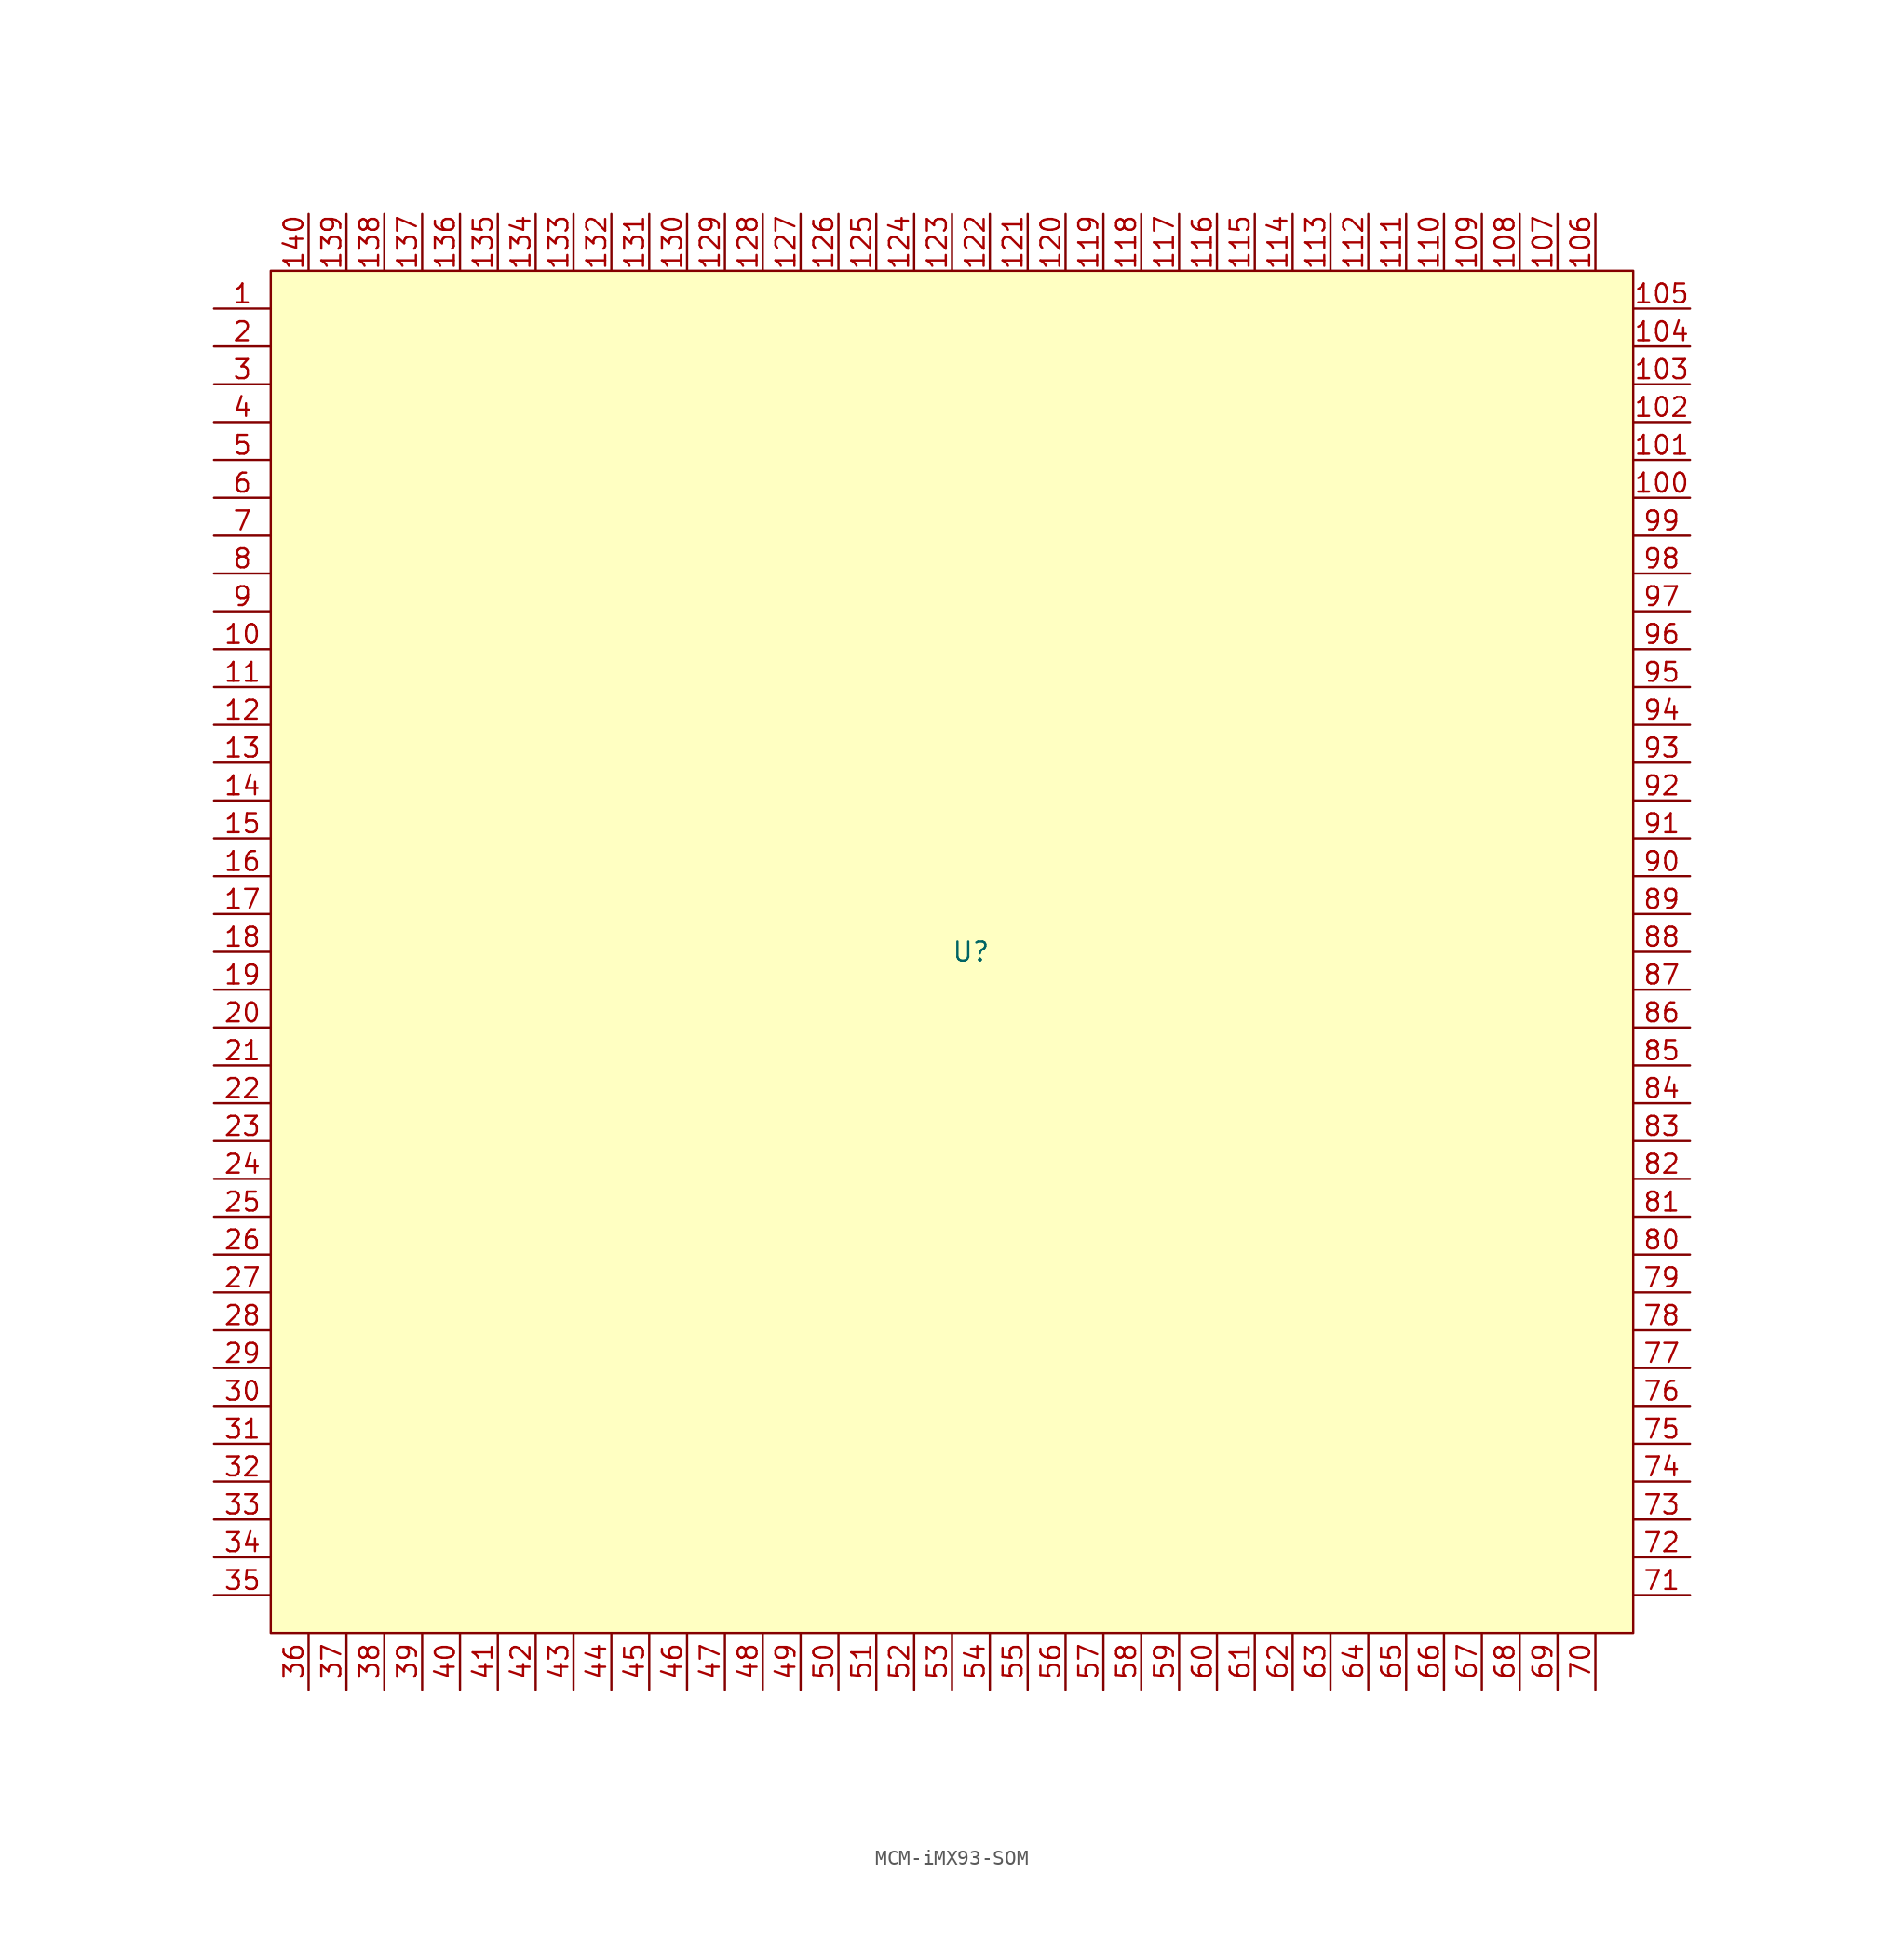
<source format=kicad_sym>
(kicad_symbol_lib
  (version 20241209)
  (generator "kicad_symbol_editor")
  (generator_version "9.0")
  (symbol "MCM-iMX93-SOM"
    (property "Reference" "U"
      (at 1.27 0 0)
      (effects (font (size 1.27 1.27))))
    (property "Value" ""
      (at 0 0 0)
      (effects (font (size 1.27 1.27))))
    (symbol "MCM-iMX93-SOM_1_1"
      (rectangle (start -45.72 45.72) (end 45.72 -45.72) (stroke (width 0) (type solid)) (fill (type background)))
      (pin bidirectional line (at -49.53 43.18 0) (length 3.81) (name "" (effects (font (size 1.27 1.27)))) (number "1" (effects (font (size 1.27 1.27)))))
      (pin bidirectional line (at -49.53 40.64 0) (length 3.81) (name "" (effects (font (size 1.27 1.27)))) (number "2" (effects (font (size 1.27 1.27)))))
      (pin bidirectional line (at -49.53 38.1 0) (length 3.81) (name "" (effects (font (size 1.27 1.27)))) (number "3" (effects (font (size 1.27 1.27)))))
      (pin bidirectional line (at -49.53 35.56 0) (length 3.81) (name "" (effects (font (size 1.27 1.27)))) (number "4" (effects (font (size 1.27 1.27)))))
      (pin bidirectional line (at -49.53 33.02 0) (length 3.81) (name "" (effects (font (size 1.27 1.27)))) (number "5" (effects (font (size 1.27 1.27)))))
      (pin bidirectional line (at -49.53 30.48 0) (length 3.81) (name "" (effects (font (size 1.27 1.27)))) (number "6" (effects (font (size 1.27 1.27)))))
      (pin bidirectional line (at -49.53 27.94 0) (length 3.81) (name "" (effects (font (size 1.27 1.27)))) (number "7" (effects (font (size 1.27 1.27)))))
      (pin bidirectional line (at -49.53 25.4 0) (length 3.81) (name "" (effects (font (size 1.27 1.27)))) (number "8" (effects (font (size 1.27 1.27)))))
      (pin bidirectional line (at -49.53 22.86 0) (length 3.81) (name "" (effects (font (size 1.27 1.27)))) (number "9" (effects (font (size 1.27 1.27)))))
      (pin bidirectional line (at -49.53 20.32 0) (length 3.81) (name "" (effects (font (size 1.27 1.27)))) (number "10" (effects (font (size 1.27 1.27)))))
      (pin bidirectional line (at -49.53 17.78 0) (length 3.81) (name "" (effects (font (size 1.27 1.27)))) (number "11" (effects (font (size 1.27 1.27)))))
      (pin bidirectional line (at -49.53 15.24 0) (length 3.81) (name "" (effects (font (size 1.27 1.27)))) (number "12" (effects (font (size 1.27 1.27)))))
      (pin bidirectional line (at -49.53 12.7 0) (length 3.81) (name "" (effects (font (size 1.27 1.27)))) (number "13" (effects (font (size 1.27 1.27)))))
      (pin bidirectional line (at -49.53 10.16 0) (length 3.81) (name "" (effects (font (size 1.27 1.27)))) (number "14" (effects (font (size 1.27 1.27)))))
      (pin bidirectional line (at -49.53 7.62 0) (length 3.81) (name "" (effects (font (size 1.27 1.27)))) (number "15" (effects (font (size 1.27 1.27)))))
      (pin bidirectional line (at -49.53 5.08 0) (length 3.81) (name "" (effects (font (size 1.27 1.27)))) (number "16" (effects (font (size 1.27 1.27)))))
      (pin bidirectional line (at -49.53 2.54 0) (length 3.81) (name "" (effects (font (size 1.27 1.27)))) (number "17" (effects (font (size 1.27 1.27)))))
      (pin bidirectional line (at -49.53 0 0) (length 3.81) (name "" (effects (font (size 1.27 1.27)))) (number "18" (effects (font (size 1.27 1.27)))))
      (pin bidirectional line (at -49.53 -2.54 0) (length 3.81) (name "" (effects (font (size 1.27 1.27)))) (number "19" (effects (font (size 1.27 1.27)))))
      (pin bidirectional line (at -49.53 -5.08 0) (length 3.81) (name "" (effects (font (size 1.27 1.27)))) (number "20" (effects (font (size 1.27 1.27)))))
      (pin bidirectional line (at -49.53 -7.62 0) (length 3.81) (name "" (effects (font (size 1.27 1.27)))) (number "21" (effects (font (size 1.27 1.27)))))
      (pin bidirectional line (at -49.53 -10.16 0) (length 3.81) (name "" (effects (font (size 1.27 1.27)))) (number "22" (effects (font (size 1.27 1.27)))))
      (pin bidirectional line (at -49.53 -12.7 0) (length 3.81) (name "" (effects (font (size 1.27 1.27)))) (number "23" (effects (font (size 1.27 1.27)))))
      (pin bidirectional line (at -49.53 -15.24 0) (length 3.81) (name "" (effects (font (size 1.27 1.27)))) (number "24" (effects (font (size 1.27 1.27)))))
      (pin bidirectional line (at -49.53 -17.78 0) (length 3.81) (name "" (effects (font (size 1.27 1.27)))) (number "25" (effects (font (size 1.27 1.27)))))
      (pin bidirectional line (at -49.53 -20.32 0) (length 3.81) (name "" (effects (font (size 1.27 1.27)))) (number "26" (effects (font (size 1.27 1.27)))))
      (pin bidirectional line (at -49.53 -22.86 0) (length 3.81) (name "" (effects (font (size 1.27 1.27)))) (number "27" (effects (font (size 1.27 1.27)))))
      (pin bidirectional line (at -49.53 -25.4 0) (length 3.81) (name "" (effects (font (size 1.27 1.27)))) (number "28" (effects (font (size 1.27 1.27)))))
      (pin bidirectional line (at -49.53 -27.94 0) (length 3.81) (name "" (effects (font (size 1.27 1.27)))) (number "29" (effects (font (size 1.27 1.27)))))
      (pin bidirectional line (at -49.53 -30.48 0) (length 3.81) (name "" (effects (font (size 1.27 1.27)))) (number "30" (effects (font (size 1.27 1.27)))))
      (pin bidirectional line (at -49.53 -33.02 0) (length 3.81) (name "" (effects (font (size 1.27 1.27)))) (number "31" (effects (font (size 1.27 1.27)))))
      (pin bidirectional line (at -49.53 -35.56 0) (length 3.81) (name "" (effects (font (size 1.27 1.27)))) (number "32" (effects (font (size 1.27 1.27)))))
      (pin bidirectional line (at -49.53 -38.1 0) (length 3.81) (name "" (effects (font (size 1.27 1.27)))) (number "33" (effects (font (size 1.27 1.27)))))
      (pin bidirectional line (at -49.53 -40.64 0) (length 3.81) (name "" (effects (font (size 1.27 1.27)))) (number "34" (effects (font (size 1.27 1.27)))))
      (pin bidirectional line (at -49.53 -43.18 0) (length 3.81) (name "" (effects (font (size 1.27 1.27)))) (number "35" (effects (font (size 1.27 1.27)))))
      (pin bidirectional line (at -43.18 49.53 270) (length 3.81) (name "" (effects (font (size 1.27 1.27)))) (number "140" (effects (font (size 1.27 1.27)))))
      (pin bidirectional line (at -43.18 -49.53 90) (length 3.81) (name "" (effects (font (size 1.27 1.27)))) (number "36" (effects (font (size 1.27 1.27)))))
      (pin bidirectional line (at -40.64 49.53 270) (length 3.81) (name "" (effects (font (size 1.27 1.27)))) (number "139" (effects (font (size 1.27 1.27)))))
      (pin bidirectional line (at -40.64 -49.53 90) (length 3.81) (name "" (effects (font (size 1.27 1.27)))) (number "37" (effects (font (size 1.27 1.27)))))
      (pin bidirectional line (at -38.1 49.53 270) (length 3.81) (name "" (effects (font (size 1.27 1.27)))) (number "138" (effects (font (size 1.27 1.27)))))
      (pin bidirectional line (at -38.1 -49.53 90) (length 3.81) (name "" (effects (font (size 1.27 1.27)))) (number "38" (effects (font (size 1.27 1.27)))))
      (pin bidirectional line (at -35.56 49.53 270) (length 3.81) (name "" (effects (font (size 1.27 1.27)))) (number "137" (effects (font (size 1.27 1.27)))))
      (pin bidirectional line (at -35.56 -49.53 90) (length 3.81) (name "" (effects (font (size 1.27 1.27)))) (number "39" (effects (font (size 1.27 1.27)))))
      (pin bidirectional line (at -33.02 49.53 270) (length 3.81) (name "" (effects (font (size 1.27 1.27)))) (number "136" (effects (font (size 1.27 1.27)))))
      (pin bidirectional line (at -33.02 -49.53 90) (length 3.81) (name "" (effects (font (size 1.27 1.27)))) (number "40" (effects (font (size 1.27 1.27)))))
      (pin bidirectional line (at -30.48 49.53 270) (length 3.81) (name "" (effects (font (size 1.27 1.27)))) (number "135" (effects (font (size 1.27 1.27)))))
      (pin bidirectional line (at -30.48 -49.53 90) (length 3.81) (name "" (effects (font (size 1.27 1.27)))) (number "41" (effects (font (size 1.27 1.27)))))
      (pin bidirectional line (at -27.94 49.53 270) (length 3.81) (name "" (effects (font (size 1.27 1.27)))) (number "134" (effects (font (size 1.27 1.27)))))
      (pin bidirectional line (at -27.94 -49.53 90) (length 3.81) (name "" (effects (font (size 1.27 1.27)))) (number "42" (effects (font (size 1.27 1.27)))))
      (pin bidirectional line (at -25.4 49.53 270) (length 3.81) (name "" (effects (font (size 1.27 1.27)))) (number "133" (effects (font (size 1.27 1.27)))))
      (pin bidirectional line (at -25.4 -49.53 90) (length 3.81) (name "" (effects (font (size 1.27 1.27)))) (number "43" (effects (font (size 1.27 1.27)))))
      (pin bidirectional line (at -22.86 49.53 270) (length 3.81) (name "" (effects (font (size 1.27 1.27)))) (number "132" (effects (font (size 1.27 1.27)))))
      (pin bidirectional line (at -22.86 -49.53 90) (length 3.81) (name "" (effects (font (size 1.27 1.27)))) (number "44" (effects (font (size 1.27 1.27)))))
      (pin bidirectional line (at -20.32 49.53 270) (length 3.81) (name "" (effects (font (size 1.27 1.27)))) (number "131" (effects (font (size 1.27 1.27)))))
      (pin bidirectional line (at -20.32 -49.53 90) (length 3.81) (name "" (effects (font (size 1.27 1.27)))) (number "45" (effects (font (size 1.27 1.27)))))
      (pin bidirectional line (at -17.78 49.53 270) (length 3.81) (name "" (effects (font (size 1.27 1.27)))) (number "130" (effects (font (size 1.27 1.27)))))
      (pin bidirectional line (at -17.78 -49.53 90) (length 3.81) (name "" (effects (font (size 1.27 1.27)))) (number "46" (effects (font (size 1.27 1.27)))))
      (pin bidirectional line (at -15.24 49.53 270) (length 3.81) (name "" (effects (font (size 1.27 1.27)))) (number "129" (effects (font (size 1.27 1.27)))))
      (pin bidirectional line (at -15.24 -49.53 90) (length 3.81) (name "" (effects (font (size 1.27 1.27)))) (number "47" (effects (font (size 1.27 1.27)))))
      (pin bidirectional line (at -12.7 49.53 270) (length 3.81) (name "" (effects (font (size 1.27 1.27)))) (number "128" (effects (font (size 1.27 1.27)))))
      (pin bidirectional line (at -12.7 -49.53 90) (length 3.81) (name "" (effects (font (size 1.27 1.27)))) (number "48" (effects (font (size 1.27 1.27)))))
      (pin bidirectional line (at -10.16 49.53 270) (length 3.81) (name "" (effects (font (size 1.27 1.27)))) (number "127" (effects (font (size 1.27 1.27)))))
      (pin bidirectional line (at -10.16 -49.53 90) (length 3.81) (name "" (effects (font (size 1.27 1.27)))) (number "49" (effects (font (size 1.27 1.27)))))
      (pin bidirectional line (at -7.62 49.53 270) (length 3.81) (name "" (effects (font (size 1.27 1.27)))) (number "126" (effects (font (size 1.27 1.27)))))
      (pin bidirectional line (at -7.62 -49.53 90) (length 3.81) (name "" (effects (font (size 1.27 1.27)))) (number "50" (effects (font (size 1.27 1.27)))))
      (pin bidirectional line (at -5.08 49.53 270) (length 3.81) (name "" (effects (font (size 1.27 1.27)))) (number "125" (effects (font (size 1.27 1.27)))))
      (pin bidirectional line (at -5.08 -49.53 90) (length 3.81) (name "" (effects (font (size 1.27 1.27)))) (number "51" (effects (font (size 1.27 1.27)))))
      (pin bidirectional line (at -2.54 49.53 270) (length 3.81) (name "" (effects (font (size 1.27 1.27)))) (number "124" (effects (font (size 1.27 1.27)))))
      (pin bidirectional line (at -2.54 -49.53 90) (length 3.81) (name "" (effects (font (size 1.27 1.27)))) (number "52" (effects (font (size 1.27 1.27)))))
      (pin bidirectional line (at 0 49.53 270) (length 3.81) (name "" (effects (font (size 1.27 1.27)))) (number "123" (effects (font (size 1.27 1.27)))))
      (pin bidirectional line (at 0 -49.53 90) (length 3.81) (name "" (effects (font (size 1.27 1.27)))) (number "53" (effects (font (size 1.27 1.27)))))
      (pin bidirectional line (at 2.54 49.53 270) (length 3.81) (name "" (effects (font (size 1.27 1.27)))) (number "122" (effects (font (size 1.27 1.27)))))
      (pin bidirectional line (at 2.54 -49.53 90) (length 3.81) (name "" (effects (font (size 1.27 1.27)))) (number "54" (effects (font (size 1.27 1.27)))))
      (pin bidirectional line (at 5.08 49.53 270) (length 3.81) (name "" (effects (font (size 1.27 1.27)))) (number "121" (effects (font (size 1.27 1.27)))))
      (pin bidirectional line (at 5.08 -49.53 90) (length 3.81) (name "" (effects (font (size 1.27 1.27)))) (number "55" (effects (font (size 1.27 1.27)))))
      (pin bidirectional line (at 7.62 49.53 270) (length 3.81) (name "" (effects (font (size 1.27 1.27)))) (number "120" (effects (font (size 1.27 1.27)))))
      (pin bidirectional line (at 7.62 -49.53 90) (length 3.81) (name "" (effects (font (size 1.27 1.27)))) (number "56" (effects (font (size 1.27 1.27)))))
      (pin bidirectional line (at 10.16 49.53 270) (length 3.81) (name "" (effects (font (size 1.27 1.27)))) (number "119" (effects (font (size 1.27 1.27)))))
      (pin bidirectional line (at 10.16 -49.53 90) (length 3.81) (name "" (effects (font (size 1.27 1.27)))) (number "57" (effects (font (size 1.27 1.27)))))
      (pin bidirectional line (at 12.7 49.53 270) (length 3.81) (name "" (effects (font (size 1.27 1.27)))) (number "118" (effects (font (size 1.27 1.27)))))
      (pin bidirectional line (at 12.7 -49.53 90) (length 3.81) (name "" (effects (font (size 1.27 1.27)))) (number "58" (effects (font (size 1.27 1.27)))))
      (pin bidirectional line (at 15.24 49.53 270) (length 3.81) (name "" (effects (font (size 1.27 1.27)))) (number "117" (effects (font (size 1.27 1.27)))))
      (pin bidirectional line (at 15.24 -49.53 90) (length 3.81) (name "" (effects (font (size 1.27 1.27)))) (number "59" (effects (font (size 1.27 1.27)))))
      (pin bidirectional line (at 17.78 49.53 270) (length 3.81) (name "" (effects (font (size 1.27 1.27)))) (number "116" (effects (font (size 1.27 1.27)))))
      (pin bidirectional line (at 17.78 -49.53 90) (length 3.81) (name "" (effects (font (size 1.27 1.27)))) (number "60" (effects (font (size 1.27 1.27)))))
      (pin bidirectional line (at 20.32 49.53 270) (length 3.81) (name "" (effects (font (size 1.27 1.27)))) (number "115" (effects (font (size 1.27 1.27)))))
      (pin bidirectional line (at 20.32 -49.53 90) (length 3.81) (name "" (effects (font (size 1.27 1.27)))) (number "61" (effects (font (size 1.27 1.27)))))
      (pin bidirectional line (at 22.86 49.53 270) (length 3.81) (name "" (effects (font (size 1.27 1.27)))) (number "114" (effects (font (size 1.27 1.27)))))
      (pin bidirectional line (at 22.86 -49.53 90) (length 3.81) (name "" (effects (font (size 1.27 1.27)))) (number "62" (effects (font (size 1.27 1.27)))))
      (pin bidirectional line (at 25.4 49.53 270) (length 3.81) (name "" (effects (font (size 1.27 1.27)))) (number "113" (effects (font (size 1.27 1.27)))))
      (pin bidirectional line (at 25.4 -49.53 90) (length 3.81) (name "" (effects (font (size 1.27 1.27)))) (number "63" (effects (font (size 1.27 1.27)))))
      (pin bidirectional line (at 27.94 49.53 270) (length 3.81) (name "" (effects (font (size 1.27 1.27)))) (number "112" (effects (font (size 1.27 1.27)))))
      (pin bidirectional line (at 27.94 -49.53 90) (length 3.81) (name "" (effects (font (size 1.27 1.27)))) (number "64" (effects (font (size 1.27 1.27)))))
      (pin bidirectional line (at 30.48 49.53 270) (length 3.81) (name "" (effects (font (size 1.27 1.27)))) (number "111" (effects (font (size 1.27 1.27)))))
      (pin bidirectional line (at 30.48 -49.53 90) (length 3.81) (name "" (effects (font (size 1.27 1.27)))) (number "65" (effects (font (size 1.27 1.27)))))
      (pin bidirectional line (at 33.02 49.53 270) (length 3.81) (name "" (effects (font (size 1.27 1.27)))) (number "110" (effects (font (size 1.27 1.27)))))
      (pin bidirectional line (at 33.02 -49.53 90) (length 3.81) (name "" (effects (font (size 1.27 1.27)))) (number "66" (effects (font (size 1.27 1.27)))))
      (pin bidirectional line (at 35.56 49.53 270) (length 3.81) (name "" (effects (font (size 1.27 1.27)))) (number "109" (effects (font (size 1.27 1.27)))))
      (pin bidirectional line (at 35.56 -49.53 90) (length 3.81) (name "" (effects (font (size 1.27 1.27)))) (number "67" (effects (font (size 1.27 1.27)))))
      (pin bidirectional line (at 38.1 49.53 270) (length 3.81) (name "" (effects (font (size 1.27 1.27)))) (number "108" (effects (font (size 1.27 1.27)))))
      (pin bidirectional line (at 38.1 -49.53 90) (length 3.81) (name "" (effects (font (size 1.27 1.27)))) (number "68" (effects (font (size 1.27 1.27)))))
      (pin bidirectional line (at 40.64 49.53 270) (length 3.81) (name "" (effects (font (size 1.27 1.27)))) (number "107" (effects (font (size 1.27 1.27)))))
      (pin bidirectional line (at 40.64 -49.53 90) (length 3.81) (name "" (effects (font (size 1.27 1.27)))) (number "69" (effects (font (size 1.27 1.27)))))
      (pin bidirectional line (at 43.18 49.53 270) (length 3.81) (name "" (effects (font (size 1.27 1.27)))) (number "106" (effects (font (size 1.27 1.27)))))
      (pin bidirectional line (at 43.18 -49.53 90) (length 3.81) (name "" (effects (font (size 1.27 1.27)))) (number "70" (effects (font (size 1.27 1.27)))))
      (pin bidirectional line (at 49.53 43.18 180) (length 3.81) (name "" (effects (font (size 1.27 1.27)))) (number "105" (effects (font (size 1.27 1.27)))))
      (pin bidirectional line (at 49.53 40.64 180) (length 3.81) (name "" (effects (font (size 1.27 1.27)))) (number "104" (effects (font (size 1.27 1.27)))))
      (pin bidirectional line (at 49.53 38.1 180) (length 3.81) (name "" (effects (font (size 1.27 1.27)))) (number "103" (effects (font (size 1.27 1.27)))))
      (pin bidirectional line (at 49.53 35.56 180) (length 3.81) (name "" (effects (font (size 1.27 1.27)))) (number "102" (effects (font (size 1.27 1.27)))))
      (pin bidirectional line (at 49.53 33.02 180) (length 3.81) (name "" (effects (font (size 1.27 1.27)))) (number "101" (effects (font (size 1.27 1.27)))))
      (pin bidirectional line (at 49.53 30.48 180) (length 3.81) (name "" (effects (font (size 1.27 1.27)))) (number "100" (effects (font (size 1.27 1.27)))))
      (pin bidirectional line (at 49.53 27.94 180) (length 3.81) (name "" (effects (font (size 1.27 1.27)))) (number "99" (effects (font (size 1.27 1.27)))))
      (pin bidirectional line (at 49.53 25.4 180) (length 3.81) (name "" (effects (font (size 1.27 1.27)))) (number "98" (effects (font (size 1.27 1.27)))))
      (pin bidirectional line (at 49.53 22.86 180) (length 3.81) (name "" (effects (font (size 1.27 1.27)))) (number "97" (effects (font (size 1.27 1.27)))))
      (pin bidirectional line (at 49.53 20.32 180) (length 3.81) (name "" (effects (font (size 1.27 1.27)))) (number "96" (effects (font (size 1.27 1.27)))))
      (pin bidirectional line (at 49.53 17.78 180) (length 3.81) (name "" (effects (font (size 1.27 1.27)))) (number "95" (effects (font (size 1.27 1.27)))))
      (pin bidirectional line (at 49.53 15.24 180) (length 3.81) (name "" (effects (font (size 1.27 1.27)))) (number "94" (effects (font (size 1.27 1.27)))))
      (pin bidirectional line (at 49.53 12.7 180) (length 3.81) (name "" (effects (font (size 1.27 1.27)))) (number "93" (effects (font (size 1.27 1.27)))))
      (pin bidirectional line (at 49.53 10.16 180) (length 3.81) (name "" (effects (font (size 1.27 1.27)))) (number "92" (effects (font (size 1.27 1.27)))))
      (pin bidirectional line (at 49.53 7.62 180) (length 3.81) (name "" (effects (font (size 1.27 1.27)))) (number "91" (effects (font (size 1.27 1.27)))))
      (pin bidirectional line (at 49.53 5.08 180) (length 3.81) (name "" (effects (font (size 1.27 1.27)))) (number "90" (effects (font (size 1.27 1.27)))))
      (pin bidirectional line (at 49.53 2.54 180) (length 3.81) (name "" (effects (font (size 1.27 1.27)))) (number "89" (effects (font (size 1.27 1.27)))))
      (pin bidirectional line (at 49.53 0 180) (length 3.81) (name "" (effects (font (size 1.27 1.27)))) (number "88" (effects (font (size 1.27 1.27)))))
      (pin bidirectional line (at 49.53 -2.54 180) (length 3.81) (name "" (effects (font (size 1.27 1.27)))) (number "87" (effects (font (size 1.27 1.27)))))
      (pin bidirectional line (at 49.53 -5.08 180) (length 3.81) (name "" (effects (font (size 1.27 1.27)))) (number "86" (effects (font (size 1.27 1.27)))))
      (pin bidirectional line (at 49.53 -7.62 180) (length 3.81) (name "" (effects (font (size 1.27 1.27)))) (number "85" (effects (font (size 1.27 1.27)))))
      (pin bidirectional line (at 49.53 -10.16 180) (length 3.81) (name "" (effects (font (size 1.27 1.27)))) (number "84" (effects (font (size 1.27 1.27)))))
      (pin bidirectional line (at 49.53 -12.7 180) (length 3.81) (name "" (effects (font (size 1.27 1.27)))) (number "83" (effects (font (size 1.27 1.27)))))
      (pin bidirectional line (at 49.53 -15.24 180) (length 3.81) (name "" (effects (font (size 1.27 1.27)))) (number "82" (effects (font (size 1.27 1.27)))))
      (pin bidirectional line (at 49.53 -17.78 180) (length 3.81) (name "" (effects (font (size 1.27 1.27)))) (number "81" (effects (font (size 1.27 1.27)))))
      (pin bidirectional line (at 49.53 -20.32 180) (length 3.81) (name "" (effects (font (size 1.27 1.27)))) (number "80" (effects (font (size 1.27 1.27)))))
      (pin bidirectional line (at 49.53 -22.86 180) (length 3.81) (name "" (effects (font (size 1.27 1.27)))) (number "79" (effects (font (size 1.27 1.27)))))
      (pin bidirectional line (at 49.53 -25.4 180) (length 3.81) (name "" (effects (font (size 1.27 1.27)))) (number "78" (effects (font (size 1.27 1.27)))))
      (pin bidirectional line (at 49.53 -27.94 180) (length 3.81) (name "" (effects (font (size 1.27 1.27)))) (number "77" (effects (font (size 1.27 1.27)))))
      (pin bidirectional line (at 49.53 -30.48 180) (length 3.81) (name "" (effects (font (size 1.27 1.27)))) (number "76" (effects (font (size 1.27 1.27)))))
      (pin bidirectional line (at 49.53 -33.02 180) (length 3.81) (name "" (effects (font (size 1.27 1.27)))) (number "75" (effects (font (size 1.27 1.27)))))
      (pin bidirectional line (at 49.53 -35.56 180) (length 3.81) (name "" (effects (font (size 1.27 1.27)))) (number "74" (effects (font (size 1.27 1.27)))))
      (pin bidirectional line (at 49.53 -38.1 180) (length 3.81) (name "" (effects (font (size 1.27 1.27)))) (number "73" (effects (font (size 1.27 1.27)))))
      (pin bidirectional line (at 49.53 -40.64 180) (length 3.81) (name "" (effects (font (size 1.27 1.27)))) (number "72" (effects (font (size 1.27 1.27)))))
      (pin bidirectional line (at 49.53 -43.18 180) (length 3.81) (name "" (effects (font (size 1.27 1.27)))) (number "71" (effects (font (size 1.27 1.27))))))))
</source>
